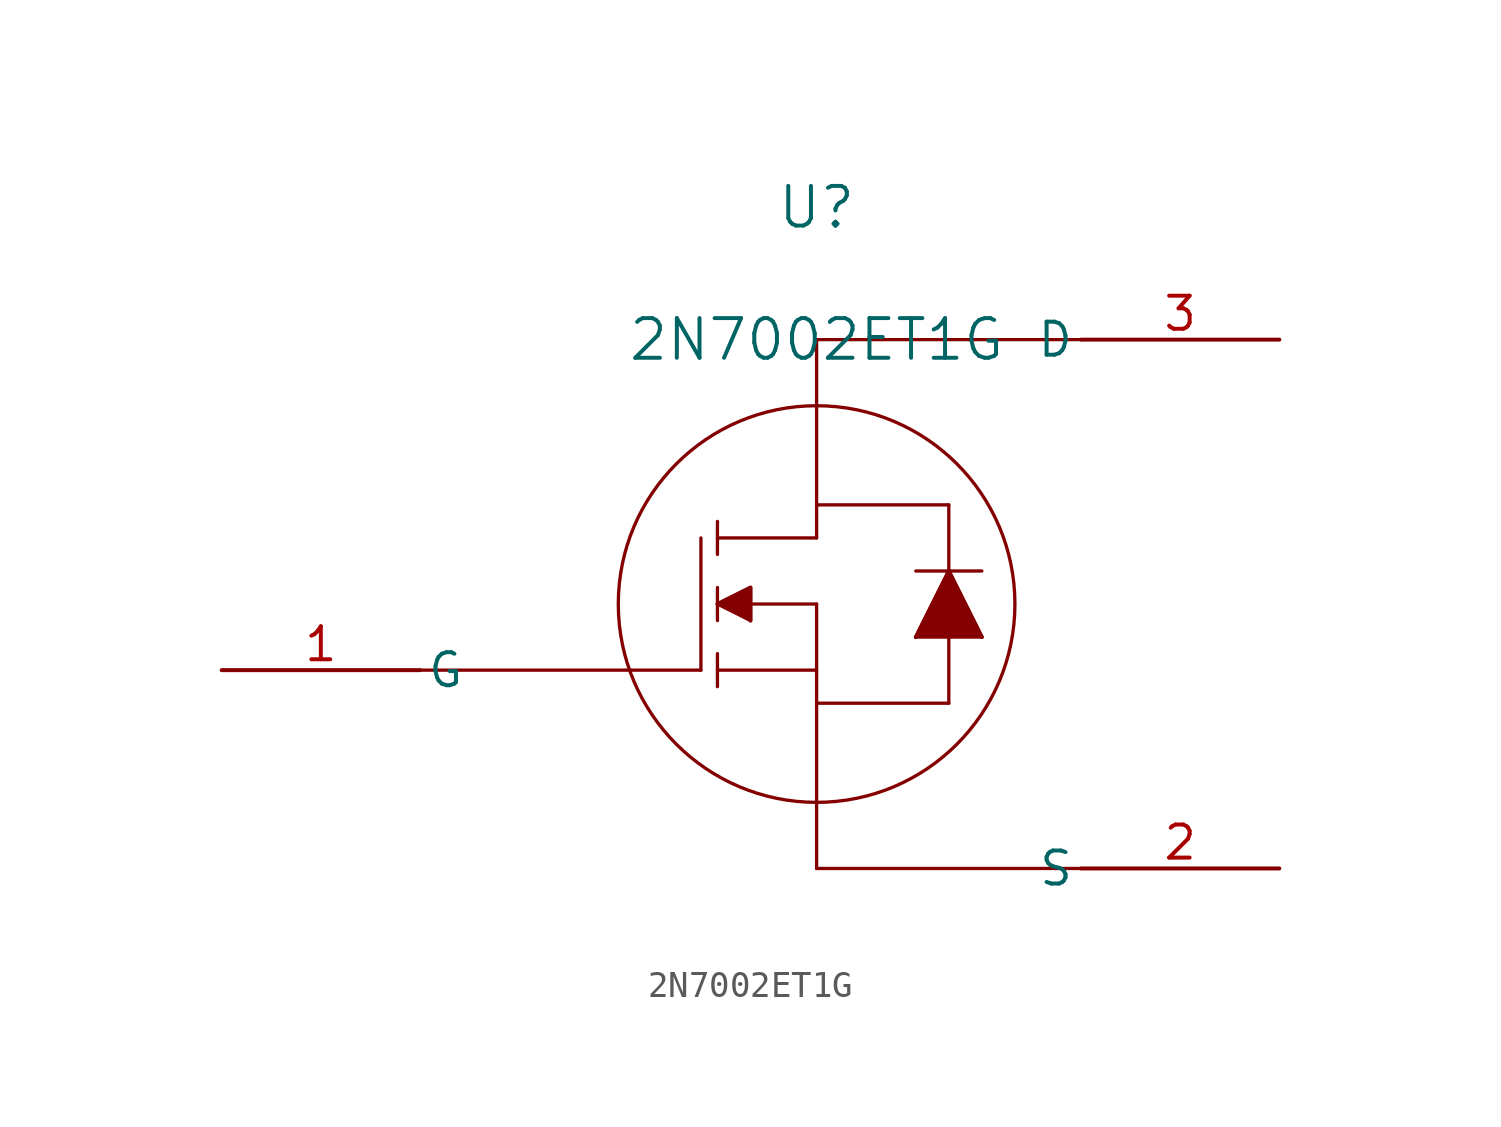
<source format=kicad_sym>
(kicad_symbol_lib
  (version 20211014)
  (generator kicad_symbol_editor)
  (symbol "2N7002ET1G"
    (pin_names
      (offset 0.254))
    (property "Reference" "U"
      (at 22.86 17.78 0)
      (effects (font (size 1.524 1.524))))
    (property "Value" "2N7002ET1G"
      (at 22.86 12.7 0)
      (effects (font (size 1.524 1.524))))
    (symbol "2N7002ET1G_0_1"
      (circle (center 22.86 2.54) (radius 7.62) (stroke (width 0.127) (type default) (color 0 0 0 0)) (fill (type none)))
      (polyline (pts (xy 22.86 2.54) (xy 19.05 2.54)) (stroke (width 0.127) (type default) (color 0 0 0 0)) (fill (type none)))
      (polyline (pts (xy 19.05 3.175) (xy 19.05 1.905)) (stroke (width 0.127) (type default) (color 0 0 0 0)) (fill (type none)))
      (polyline (pts (xy 19.05 4.445) (xy 19.05 5.715)) (stroke (width 0.127) (type default) (color 0 0 0 0)) (fill (type none)))
      (polyline (pts (xy 19.05 5.08) (xy 22.86 5.08)) (stroke (width 0.127) (type default) (color 0 0 0 0)) (fill (type none)))
      (polyline (pts (xy 19.05 0.635) (xy 19.05 -0.635)) (stroke (width 0.127) (type default) (color 0 0 0 0)) (fill (type none)))
      (polyline (pts (xy 19.05 0) (xy 22.86 0)) (stroke (width 0.127) (type default) (color 0 0 0 0)) (fill (type none)))
      (polyline (pts (xy 18.415 5.08) (xy 18.415 0)) (stroke (width 0.127) (type default) (color 0 0 0 0)) (fill (type none)))
      (polyline (pts (xy 18.415 0) (xy 7.62 0)) (stroke (width 0.127) (type default) (color 0 0 0 0)) (fill (type none)))
      (polyline (pts (xy 22.86 5.08) (xy 22.86 12.7)) (stroke (width 0.127) (type default) (color 0 0 0 0)) (fill (type none)))
      (polyline (pts (xy 22.86 6.35) (xy 27.94 6.35)) (stroke (width 0.127) (type default) (color 0 0 0 0)) (fill (type none)))
      (polyline (pts (xy 22.86 2.54) (xy 22.86 -7.62)) (stroke (width 0.127) (type default) (color 0 0 0 0)) (fill (type none)))
      (polyline (pts (xy 22.86 -1.27) (xy 27.94 -1.27)) (stroke (width 0.127) (type default) (color 0 0 0 0)) (fill (type none)))
      (polyline (pts (xy 27.94 -1.27) (xy 27.94 6.35)) (stroke (width 0.127) (type default) (color 0 0 0 0)) (fill (type none)))
      (polyline (pts (xy 19.05 2.54) (xy 20.32 3.175)) (stroke (width 0.127) (type default) (color 0 0 0 0)) (fill (type none)))
      (polyline (pts (xy 19.05 2.54) (xy 20.32 1.905)) (stroke (width 0.127) (type default) (color 0 0 0 0)) (fill (type none)))
      (polyline (pts (xy 20.32 3.175) (xy 20.32 1.905)) (stroke (width 0.127) (type default) (color 0 0 0 0)) (fill (type none)))
      (polyline (pts (xy 29.21 3.81) (xy 26.67 3.81)) (stroke (width 0.127) (type default) (color 0 0 0 0)) (fill (type none)))
      (polyline (pts (xy 27.94 3.81) (xy 26.67 1.27)) (stroke (width 0.127) (type default) (color 0 0 0 0)) (fill (type none)))
      (polyline (pts (xy 26.67 1.27) (xy 29.21 1.27)) (stroke (width 0.127) (type default) (color 0 0 0 0)) (fill (type none)))
      (polyline (pts (xy 29.21 1.27) (xy 27.94 3.81)) (stroke (width 0.127) (type default) (color 0 0 0 0)) (fill (type none)))
      (polyline (pts (xy 19.05 2.54) (xy 20.32 3.175) (xy 20.32 1.905)) (stroke (width 0) (type default) (color 0 0 0 0)) (fill (type outline)))
      (polyline (pts (xy 26.67 1.27) (xy 27.94 3.81) (xy 29.21 1.27)) (stroke (width 0) (type default) (color 0 0 0 0)) (fill (type outline)))
      (polyline (pts (xy 22.86 -7.62) (xy 33.02 -7.62)) (stroke (width 0.127) (type default) (color 0 0 0 0)) (fill (type none)))
      (polyline (pts (xy 33.02 12.7) (xy 22.86 12.7)) (stroke (width 0.127) (type default) (color 0 0 0 0)) (fill (type none)))
      (pin unspecified line (at 0 0 0) (length 7.62) (name "G" (effects (font (size 1.27 1.27)))) (number "1" (effects (font (size 1.27 1.27)))))
      (pin unspecified line (at 40.64 -7.62 180) (length 7.62) (name "S" (effects (font (size 1.27 1.27)))) (number "2" (effects (font (size 1.27 1.27)))))
      (pin unspecified line (at 40.64 12.7 180) (length 7.62) (name "D" (effects (font (size 1.27 1.27)))) (number "3" (effects (font (size 1.27 1.27))))))))
</source>
